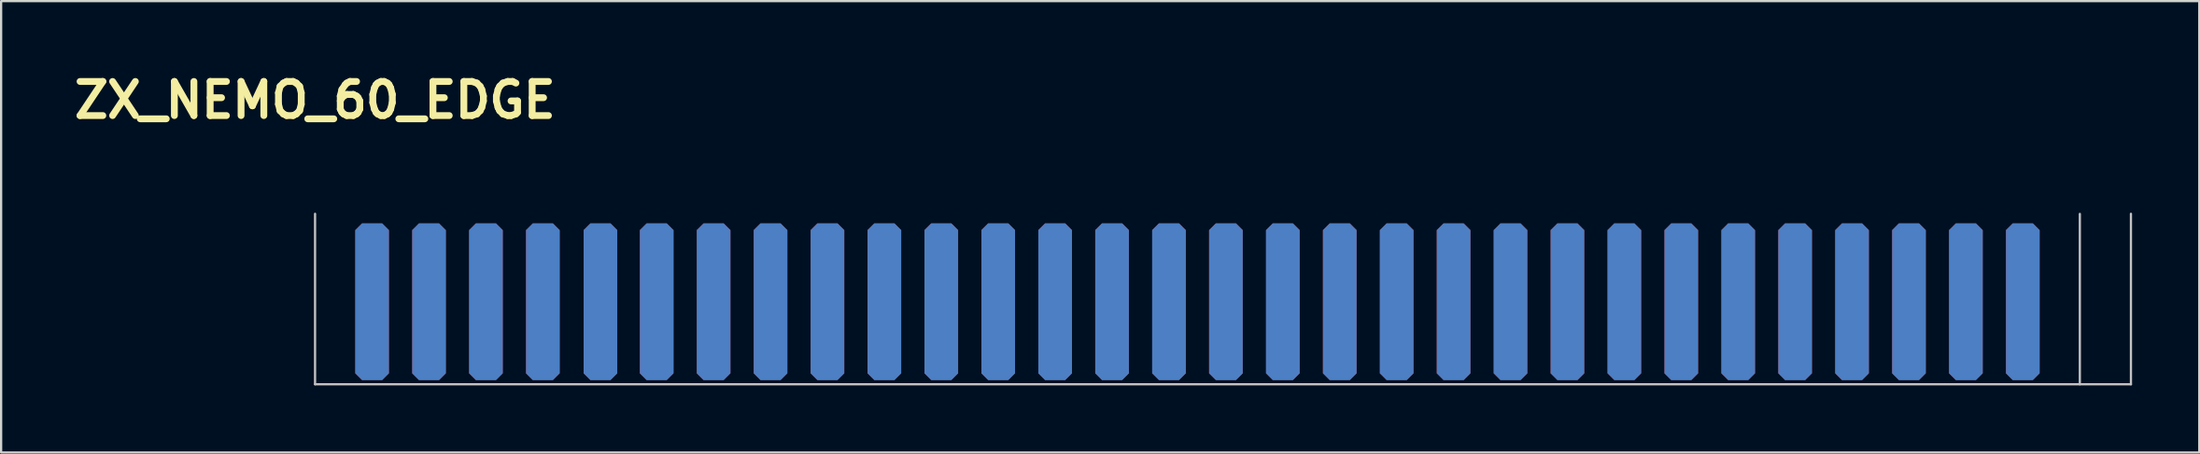
<source format=kicad_pcb>
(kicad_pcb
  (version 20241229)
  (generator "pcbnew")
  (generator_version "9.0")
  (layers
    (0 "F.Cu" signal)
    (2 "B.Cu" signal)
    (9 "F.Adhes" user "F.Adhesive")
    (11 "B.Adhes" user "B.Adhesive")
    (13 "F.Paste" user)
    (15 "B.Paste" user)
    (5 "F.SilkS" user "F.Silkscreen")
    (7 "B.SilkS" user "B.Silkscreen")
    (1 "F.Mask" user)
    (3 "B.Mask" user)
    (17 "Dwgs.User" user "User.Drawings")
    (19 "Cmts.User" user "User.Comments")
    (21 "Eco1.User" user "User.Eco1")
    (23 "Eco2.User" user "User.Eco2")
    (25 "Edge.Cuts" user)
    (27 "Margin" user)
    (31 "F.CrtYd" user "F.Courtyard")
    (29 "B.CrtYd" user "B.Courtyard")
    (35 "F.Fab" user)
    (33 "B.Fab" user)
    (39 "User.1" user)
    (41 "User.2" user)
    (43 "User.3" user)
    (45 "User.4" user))
  (footprint "ZX_NEMO_60_EDGE"
    (layer "F.Cu")
    (at 11.009 6.506)
    (property "Reference" "ZX_NEMO_60_EDGE" (at 0 -5.08 0) (layer "F.SilkS") (effects (font (size 1.524 1.524) (thickness 0.305))))
    (attr through_hole)
    (fp_line (start 0 0) (end 0 7.62) (stroke (width 0.1) (type solid)) (layer "Dwgs.User"))
    (fp_line (start 0 7.62) (end 81.03 7.62) (stroke (width 0.1) (type solid)) (layer "Dwgs.User"))
    (fp_line (start 78.75 0.005) (end 78.75 7.62) (stroke (width 0.1) (type solid)) (layer "Dwgs.User"))
    (fp_line (start 81.03 0) (end 81.03 7.62) (stroke (width 0.1) (type solid)) (layer "Dwgs.User"))
    (pad "a1" connect roundrect (at 2.545 3.93) (size 1.5 7) (layers "B.Cu" "B.Mask") (roundrect_rratio 0) (chamfer_ratio 0.2) (chamfer top_left top_right bottom_left bottom_right))
    (pad "a2" connect roundrect (at 5.085 3.93) (size 1.5 7) (layers "B.Cu" "B.Mask") (roundrect_rratio 0) (chamfer_ratio 0.2) (chamfer top_left top_right bottom_left bottom_right))
    (pad "a3" connect roundrect (at 7.625 3.93) (size 1.5 7) (layers "B.Cu" "B.Mask") (roundrect_rratio 0) (chamfer_ratio 0.2) (chamfer top_left top_right bottom_left bottom_right))
    (pad "a4" connect roundrect (at 10.165 3.93) (size 1.5 7) (layers "B.Cu" "B.Mask") (roundrect_rratio 0) (chamfer_ratio 0.2) (chamfer top_left top_right bottom_left bottom_right))
    (pad "a5" connect roundrect (at 12.735 3.93) (size 1.5 7) (layers "B.Cu" "B.Mask") (roundrect_rratio 0) (chamfer_ratio 0.2) (chamfer top_left top_right bottom_left bottom_right))
    (pad "a6" connect roundrect (at 15.245 3.93) (size 1.5 7) (layers "B.Cu" "B.Mask") (roundrect_rratio 0) (chamfer_ratio 0.2) (chamfer top_left top_right bottom_left bottom_right))
    (pad "a7" connect roundrect (at 17.785 3.93) (size 1.5 7) (layers "B.Cu" "B.Mask") (roundrect_rratio 0) (chamfer_ratio 0.2) (chamfer top_left top_right bottom_left bottom_right))
    (pad "a8" connect roundrect (at 20.325 3.93) (size 1.5 7) (layers "B.Cu" "B.Mask") (roundrect_rratio 0) (chamfer_ratio 0.2) (chamfer top_left top_right bottom_left bottom_right))
    (pad "a9" connect roundrect (at 22.865 3.93) (size 1.5 7) (layers "B.Cu" "B.Mask") (roundrect_rratio 0) (chamfer_ratio 0.2) (chamfer top_left top_right bottom_left bottom_right))
    (pad "a10" connect roundrect (at 25.405 3.93) (size 1.5 7) (layers "B.Cu" "B.Mask") (roundrect_rratio 0) (chamfer_ratio 0.2) (chamfer top_left top_right bottom_left bottom_right))
    (pad "a11" connect roundrect (at 27.945 3.93) (size 1.5 7) (layers "B.Cu" "B.Mask") (roundrect_rratio 0) (chamfer_ratio 0.2) (chamfer top_left top_right bottom_left bottom_right))
    (pad "a12" connect roundrect (at 30.485 3.93) (size 1.5 7) (layers "B.Cu" "B.Mask") (roundrect_rratio 0) (chamfer_ratio 0.2) (chamfer top_left top_right bottom_left bottom_right))
    (pad "a13" connect roundrect (at 33.025 3.93) (size 1.5 7) (layers "B.Cu" "B.Mask") (roundrect_rratio 0) (chamfer_ratio 0.2) (chamfer top_left top_right bottom_left bottom_right))
    (pad "a14" connect roundrect (at 35.565 3.93) (size 1.5 7) (layers "B.Cu" "B.Mask") (roundrect_rratio 0) (chamfer_ratio 0.2) (chamfer top_left top_right bottom_left bottom_right))
    (pad "a15" connect roundrect (at 38.105 3.93) (size 1.5 7) (layers "B.Cu" "B.Mask") (roundrect_rratio 0) (chamfer_ratio 0.2) (chamfer top_left top_right bottom_left bottom_right))
    (pad "a16" connect roundrect (at 40.645 3.93) (size 1.5 7) (layers "B.Cu" "B.Mask") (roundrect_rratio 0) (chamfer_ratio 0.2) (chamfer top_left top_right bottom_left bottom_right))
    (pad "a17" connect roundrect (at 43.185 3.93) (size 1.5 7) (layers "B.Cu" "B.Mask") (roundrect_rratio 0) (chamfer_ratio 0.2) (chamfer top_left top_right bottom_left bottom_right))
    (pad "a18" connect roundrect (at 45.725 3.93) (size 1.5 7) (layers "B.Cu" "B.Mask") (roundrect_rratio 0) (chamfer_ratio 0.2) (chamfer top_left top_right bottom_left bottom_right))
    (pad "a19" connect roundrect (at 48.265 3.93) (size 1.5 7) (layers "B.Cu" "B.Mask") (roundrect_rratio 0) (chamfer_ratio 0.2) (chamfer top_left top_right bottom_left bottom_right))
    (pad "a20" connect roundrect (at 50.805 3.93) (size 1.5 7) (layers "B.Cu" "B.Mask") (roundrect_rratio 0) (chamfer_ratio 0.2) (chamfer top_left top_right bottom_left bottom_right))
    (pad "a21" connect roundrect (at 53.345 3.93) (size 1.5 7) (layers "B.Cu" "B.Mask") (roundrect_rratio 0) (chamfer_ratio 0.2) (chamfer top_left top_right bottom_left bottom_right))
    (pad "a22" connect roundrect (at 55.885 3.93) (size 1.5 7) (layers "B.Cu" "B.Mask") (roundrect_rratio 0) (chamfer_ratio 0.2) (chamfer top_left top_right bottom_left bottom_right))
    (pad "a23" connect roundrect (at 58.425 3.93) (size 1.5 7) (layers "B.Cu" "B.Mask") (roundrect_rratio 0) (chamfer_ratio 0.2) (chamfer top_left top_right bottom_left bottom_right))
    (pad "a24" connect roundrect (at 60.965 3.93) (size 1.5 7) (layers "B.Cu" "B.Mask") (roundrect_rratio 0) (chamfer_ratio 0.2) (chamfer top_left top_right bottom_left bottom_right))
    (pad "a25" connect roundrect (at 63.505 3.93) (size 1.5 7) (layers "B.Cu" "B.Mask") (roundrect_rratio 0) (chamfer_ratio 0.2) (chamfer top_left top_right bottom_left bottom_right))
    (pad "a26" connect roundrect (at 66.045 3.93) (size 1.5 7) (layers "B.Cu" "B.Mask") (roundrect_rratio 0) (chamfer_ratio 0.2) (chamfer top_left top_right bottom_left bottom_right))
    (pad "a27" connect roundrect (at 68.585 3.93) (size 1.5 7) (layers "B.Cu" "B.Mask") (roundrect_rratio 0) (chamfer_ratio 0.2) (chamfer top_left top_right bottom_left bottom_right))
    (pad "a28" connect roundrect (at 71.125 3.93) (size 1.5 7) (layers "B.Cu" "B.Mask") (roundrect_rratio 0) (chamfer_ratio 0.2) (chamfer top_left top_right bottom_left bottom_right))
    (pad "a29" connect roundrect (at 73.665 3.93) (size 1.5 7) (layers "B.Cu" "B.Mask") (roundrect_rratio 0) (chamfer_ratio 0.2) (chamfer top_left top_right bottom_left bottom_right))
    (pad "a30" connect roundrect (at 76.205 3.93) (size 1.5 7) (layers "B.Cu" "B.Mask") (roundrect_rratio 0) (chamfer_ratio 0.2) (chamfer top_left top_right bottom_left bottom_right))
    (pad "b1" connect roundrect (at 2.545 3.93) (size 1.5 7) (layers "F.Cu" "F.Mask") (roundrect_rratio 0) (chamfer_ratio 0.2) (chamfer top_left top_right bottom_left bottom_right))
    (pad "b2" connect roundrect (at 5.085 3.93) (size 1.5 7) (layers "F.Cu" "F.Mask") (roundrect_rratio 0) (chamfer_ratio 0.2) (chamfer top_left top_right bottom_left bottom_right))
    (pad "b3" connect roundrect (at 7.625 3.93) (size 1.5 7) (layers "F.Cu" "F.Mask") (roundrect_rratio 0) (chamfer_ratio 0.2) (chamfer top_left top_right bottom_left bottom_right))
    (pad "b4" connect roundrect (at 10.165 3.93) (size 1.5 7) (layers "F.Cu" "F.Mask") (roundrect_rratio 0) (chamfer_ratio 0.2) (chamfer top_left top_right bottom_left bottom_right))
    (pad "b5" connect roundrect (at 12.735 3.93) (size 1.5 7) (layers "F.Cu" "F.Mask") (roundrect_rratio 0) (chamfer_ratio 0.2) (chamfer top_left top_right bottom_left bottom_right))
    (pad "b6" connect roundrect (at 15.245 3.93) (size 1.5 7) (layers "F.Cu" "F.Mask") (roundrect_rratio 0) (chamfer_ratio 0.2) (chamfer top_left top_right bottom_left bottom_right))
    (pad "b7" connect roundrect (at 17.785 3.93) (size 1.5 7) (layers "F.Cu" "F.Mask") (roundrect_rratio 0) (chamfer_ratio 0.2) (chamfer top_left top_right bottom_left bottom_right))
    (pad "b8" connect roundrect (at 20.325 3.93) (size 1.5 7) (layers "F.Cu" "F.Mask") (roundrect_rratio 0) (chamfer_ratio 0.2) (chamfer top_left top_right bottom_left bottom_right))
    (pad "b9" connect roundrect (at 22.865 3.93) (size 1.5 7) (layers "F.Cu" "F.Mask") (roundrect_rratio 0) (chamfer_ratio 0.2) (chamfer top_left top_right bottom_left bottom_right))
    (pad "b10" connect roundrect (at 25.405 3.93) (size 1.5 7) (layers "F.Cu" "F.Mask") (roundrect_rratio 0) (chamfer_ratio 0.2) (chamfer top_left top_right bottom_left bottom_right))
    (pad "b11" connect roundrect (at 27.945 3.93) (size 1.5 7) (layers "F.Cu" "F.Mask") (roundrect_rratio 0) (chamfer_ratio 0.2) (chamfer top_left top_right bottom_left bottom_right))
    (pad "b12" connect roundrect (at 30.485 3.93) (size 1.5 7) (layers "F.Cu" "F.Mask") (roundrect_rratio 0) (chamfer_ratio 0.2) (chamfer top_left top_right bottom_left bottom_right))
    (pad "b13" connect roundrect (at 33.025 3.93) (size 1.5 7) (layers "F.Cu" "F.Mask") (roundrect_rratio 0) (chamfer_ratio 0.2) (chamfer top_left top_right bottom_left bottom_right))
    (pad "b14" connect roundrect (at 35.565 3.93) (size 1.5 7) (layers "F.Cu" "F.Mask") (roundrect_rratio 0) (chamfer_ratio 0.2) (chamfer top_left top_right bottom_left bottom_right))
    (pad "b15" connect roundrect (at 38.105 3.93) (size 1.5 7) (layers "F.Cu" "F.Mask") (roundrect_rratio 0) (chamfer_ratio 0.2) (chamfer top_left top_right bottom_left bottom_right))
    (pad "b16" connect roundrect (at 40.645 3.93) (size 1.5 7) (layers "F.Cu" "F.Mask") (roundrect_rratio 0) (chamfer_ratio 0.2) (chamfer top_left top_right bottom_left bottom_right))
    (pad "b17" connect roundrect (at 43.185 3.93) (size 1.5 7) (layers "F.Cu" "F.Mask") (roundrect_rratio 0) (chamfer_ratio 0.2) (chamfer top_left top_right bottom_left bottom_right))
    (pad "b18" connect roundrect (at 45.725 3.93) (size 1.5 7) (layers "F.Cu" "F.Mask") (roundrect_rratio 0) (chamfer_ratio 0.2) (chamfer top_left top_right bottom_left bottom_right))
    (pad "b19" connect roundrect (at 48.265 3.93) (size 1.5 7) (layers "F.Cu" "F.Mask") (roundrect_rratio 0) (chamfer_ratio 0.2) (chamfer top_left top_right bottom_left bottom_right))
    (pad "b20" connect roundrect (at 50.805 3.93) (size 1.5 7) (layers "F.Cu" "F.Mask") (roundrect_rratio 0) (chamfer_ratio 0.2) (chamfer top_left top_right bottom_left bottom_right))
    (pad "b21" connect roundrect (at 53.345 3.93) (size 1.5 7) (layers "F.Cu" "F.Mask") (roundrect_rratio 0) (chamfer_ratio 0.2) (chamfer top_left top_right bottom_left bottom_right))
    (pad "b22" connect roundrect (at 55.885 3.93) (size 1.5 7) (layers "F.Cu" "F.Mask") (roundrect_rratio 0) (chamfer_ratio 0.2) (chamfer top_left top_right bottom_left bottom_right))
    (pad "b23" connect roundrect (at 58.425 3.93) (size 1.5 7) (layers "F.Cu" "F.Mask") (roundrect_rratio 0) (chamfer_ratio 0.2) (chamfer top_left top_right bottom_left bottom_right))
    (pad "b24" connect roundrect (at 60.965 3.93) (size 1.5 7) (layers "F.Cu" "F.Mask") (roundrect_rratio 0) (chamfer_ratio 0.2) (chamfer top_left top_right bottom_left bottom_right))
    (pad "b25" connect roundrect (at 63.505 3.93) (size 1.5 7) (layers "F.Cu" "F.Mask") (roundrect_rratio 0) (chamfer_ratio 0.2) (chamfer top_left top_right bottom_left bottom_right))
    (pad "b26" connect roundrect (at 66.045 3.93) (size 1.5 7) (layers "F.Cu" "F.Mask") (roundrect_rratio 0) (chamfer_ratio 0.2) (chamfer top_left top_right bottom_left bottom_right))
    (pad "b27" connect roundrect (at 68.585 3.93) (size 1.5 7) (layers "F.Cu" "F.Mask") (roundrect_rratio 0) (chamfer_ratio 0.2) (chamfer top_left top_right bottom_left bottom_right))
    (pad "b28" connect roundrect (at 71.125 3.93) (size 1.5 7) (layers "F.Cu" "F.Mask") (roundrect_rratio 0) (chamfer_ratio 0.2) (chamfer top_left top_right bottom_left bottom_right))
    (pad "b29" connect roundrect (at 73.665 3.93) (size 1.5 7) (layers "F.Cu" "F.Mask") (roundrect_rratio 0) (chamfer_ratio 0.2) (chamfer top_left top_right bottom_left bottom_right))
    (pad "b30" connect roundrect (at 76.205 3.93) (size 1.5 7) (layers "F.Cu" "F.Mask") (roundrect_rratio 0) (chamfer_ratio 0.2) (chamfer top_left top_right bottom_left bottom_right)))
  (gr_rect
    (start -3 -3)
    (end 95.089 17.176)
    (stroke (width 0.1) (type default))
    (fill no)
    (layer "Edge.Cuts")))
</source>
